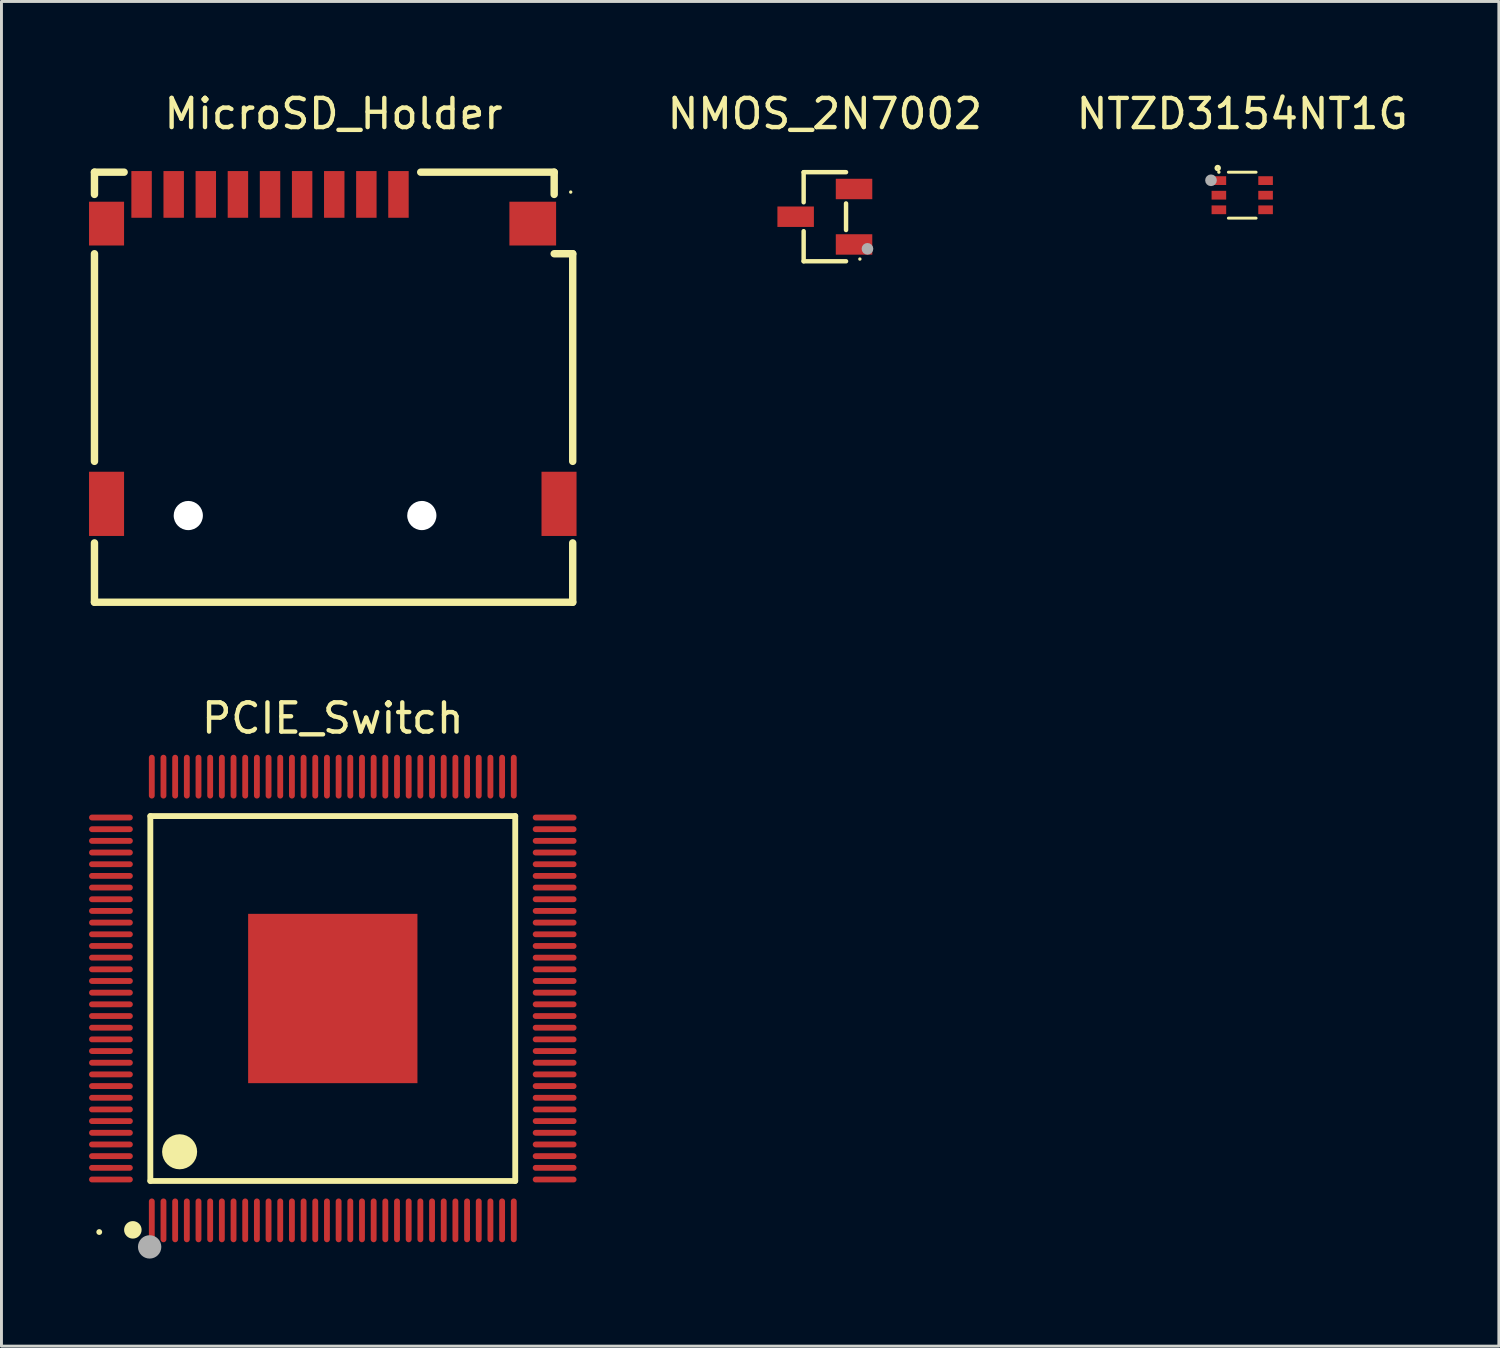
<source format=kicad_pcb>
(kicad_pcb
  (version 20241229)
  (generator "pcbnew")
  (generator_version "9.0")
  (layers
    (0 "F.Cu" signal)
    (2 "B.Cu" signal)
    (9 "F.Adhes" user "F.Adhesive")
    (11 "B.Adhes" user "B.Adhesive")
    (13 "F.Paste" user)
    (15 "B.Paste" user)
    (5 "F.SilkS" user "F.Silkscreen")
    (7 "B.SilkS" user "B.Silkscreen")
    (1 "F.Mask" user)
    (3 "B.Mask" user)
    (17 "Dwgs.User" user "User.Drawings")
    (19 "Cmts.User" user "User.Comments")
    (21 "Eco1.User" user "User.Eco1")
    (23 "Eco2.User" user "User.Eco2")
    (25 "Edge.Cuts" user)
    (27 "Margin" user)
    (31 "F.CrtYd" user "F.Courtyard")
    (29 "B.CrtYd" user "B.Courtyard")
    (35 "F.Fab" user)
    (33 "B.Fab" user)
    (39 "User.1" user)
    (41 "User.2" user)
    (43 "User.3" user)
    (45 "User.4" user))
  (footprint "MicroSD_Holder"
    (layer "F.Cu")
    (at 8.35 8.91)
    (property "Reference" "MicroSD_Holder" (at 0.027 -8.062 0) (layer "F.SilkS") (effects (font (size 1 1) (thickness 0.15))))
    (attr through_hole)
    (fp_line (start -8.164 -6.062) (end -7.148 -6.062) (stroke (width 0.254) (type solid)) (layer "F.SilkS"))
    (fp_line (start -8.164 -5.3) (end -8.164 -6.062) (stroke (width 0.254) (type solid)) (layer "F.SilkS"))
    (fp_line (start -8.164 -3.268) (end -8.164 3.844) (stroke (width 0.254) (type solid)) (layer "F.SilkS"))
    (fp_line (start -8.164 6.638) (end -8.164 8.67) (stroke (width 0.254) (type solid)) (layer "F.SilkS"))
    (fp_line (start -8.164 8.67) (end 8.219 8.67) (stroke (width 0.254) (type solid)) (layer "F.SilkS"))
    (fp_line (start 3.012 -6.062) (end 7.584 -6.062) (stroke (width 0.254) (type solid)) (layer "F.SilkS"))
    (fp_line (start 7.584 -6.062) (end 7.584 -5.3) (stroke (width 0.254) (type solid)) (layer "F.SilkS"))
    (fp_line (start 8.219 -3.268) (end 7.584 -3.268) (stroke (width 0.254) (type solid)) (layer "F.SilkS"))
    (fp_line (start 8.219 3.844) (end 8.219 -3.268) (stroke (width 0.254) (type solid)) (layer "F.SilkS"))
    (fp_line (start 8.219 8.67) (end 8.219 6.638) (stroke (width 0.254) (type solid)) (layer "F.SilkS"))
    (fp_circle (center 8.15 -5.38) (end 8.18 -5.38) (stroke (width 0.06) (type solid)) (fill no) (layer "F.SilkS"))
    (pad "" np_thru_hole circle (at -4.95 5.7) (size 1 1) (drill 1) (layers "*.Cu" "*.Mask"))
    (pad "" np_thru_hole circle (at 3.05 5.7) (size 1 1) (drill 1) (layers "*.Cu" "*.Mask"))
    (pad "1" smd rect (at 2.25 -5.3) (size 0.7 1.6) (layers "F.Cu" "F.Mask" "F.Paste"))
    (pad "2" smd rect (at 1.15 -5.3) (size 0.7 1.6) (layers "F.Cu" "F.Mask" "F.Paste"))
    (pad "3" smd rect (at 0.05 -5.3) (size 0.7 1.6) (layers "F.Cu" "F.Mask" "F.Paste"))
    (pad "4" smd rect (at -1.05 -5.3) (size 0.7 1.6) (layers "F.Cu" "F.Mask" "F.Paste"))
    (pad "5" smd rect (at -2.15 -5.3) (size 0.7 1.6) (layers "F.Cu" "F.Mask" "F.Paste"))
    (pad "6" smd rect (at -3.25 -5.3) (size 0.7 1.6) (layers "F.Cu" "F.Mask" "F.Paste"))
    (pad "7" smd rect (at -4.35 -5.3) (size 0.7 1.6) (layers "F.Cu" "F.Mask" "F.Paste"))
    (pad "8" smd rect (at -5.45 -5.3) (size 0.7 1.6) (layers "F.Cu" "F.Mask" "F.Paste"))
    (pad "9" smd rect (at -6.55 -5.3) (size 0.7 1.6) (layers "F.Cu" "F.Mask" "F.Paste"))
    (pad "10" smd rect (at -7.75 -4.3) (size 1.2 1.5) (layers "F.Cu" "F.Mask" "F.Paste"))
    (pad "11" smd rect (at -7.75 5.3) (size 1.2 2.2) (layers "F.Cu" "F.Mask" "F.Paste"))
    (pad "12" smd rect (at 6.85 -4.3) (size 1.6 1.5) (layers "F.Cu" "F.Mask" "F.Paste"))
    (pad "13" smd rect (at 7.75 5.3) (size 1.2 2.2) (layers "F.Cu" "F.Mask" "F.Paste")))
  (footprint "PCIE_Switch"
    (layer "F.Cu")
    (at 8.35 31.155)
    (property "Reference" "PCIE_Switch" (at 0 -9.6 0) (layer "F.SilkS") (effects (font (size 1 1) (thickness 0.15))))
    (attr through_hole)
    (fp_line (start -6.25 -6.25) (end 6.25 -6.25) (stroke (width 0.2) (type solid)) (layer "F.SilkS"))
    (fp_line (start -6.25 6.25) (end -6.25 -6.25) (stroke (width 0.2) (type solid)) (layer "F.SilkS"))
    (fp_line (start 6.25 -6.25) (end 6.25 6.25) (stroke (width 0.2) (type solid)) (layer "F.SilkS"))
    (fp_line (start 6.25 6.25) (end -6.25 6.25) (stroke (width 0.2) (type solid)) (layer "F.SilkS"))
    (fp_arc (start -6.847854 7.774956) (mid -6.84934 8.074975) (end -6.849975 7.774953) (stroke (width 0.3) (type solid)) (layer "F.SilkS"))
    (fp_arc (start -5.24511 4.95047) (mid -5.248081 5.550459) (end -5.249353 4.950464) (stroke (width 0.6) (type solid)) (layer "F.SilkS"))
    (fp_circle (center -8 8) (end -7.95 8) (stroke (width 0.1) (type solid)) (fill no) (layer "F.SilkS"))
    (fp_circle (center -6.274 8.509) (end -6.074 8.509) (stroke (width 0.4) (type solid)) (fill no) (layer "F.Fab"))
    (pad "1" smd oval (at -6.2 7.6) (size 0.2 1.5) (layers "F.Cu" "F.Mask" "F.Paste"))
    (pad "2" smd oval (at -5.8 7.6) (size 0.2 1.5) (layers "F.Cu" "F.Mask" "F.Paste"))
    (pad "3" smd oval (at -5.4 7.6) (size 0.2 1.5) (layers "F.Cu" "F.Mask" "F.Paste"))
    (pad "4" smd oval (at -5 7.6) (size 0.2 1.5) (layers "F.Cu" "F.Mask" "F.Paste"))
    (pad "5" smd oval (at -4.6 7.6) (size 0.2 1.5) (layers "F.Cu" "F.Mask" "F.Paste"))
    (pad "6" smd oval (at -4.2 7.6) (size 0.2 1.5) (layers "F.Cu" "F.Mask" "F.Paste"))
    (pad "7" smd oval (at -3.8 7.6) (size 0.2 1.5) (layers "F.Cu" "F.Mask" "F.Paste"))
    (pad "8" smd oval (at -3.4 7.6) (size 0.2 1.5) (layers "F.Cu" "F.Mask" "F.Paste"))
    (pad "9" smd oval (at -3 7.6) (size 0.2 1.5) (layers "F.Cu" "F.Mask" "F.Paste"))
    (pad "10" smd oval (at -2.6 7.6) (size 0.2 1.5) (layers "F.Cu" "F.Mask" "F.Paste"))
    (pad "11" smd oval (at -2.2 7.6) (size 0.2 1.5) (layers "F.Cu" "F.Mask" "F.Paste"))
    (pad "12" smd oval (at -1.8 7.6) (size 0.2 1.5) (layers "F.Cu" "F.Mask" "F.Paste"))
    (pad "13" smd oval (at -1.4 7.6) (size 0.2 1.5) (layers "F.Cu" "F.Mask" "F.Paste"))
    (pad "14" smd oval (at -1 7.6) (size 0.2 1.5) (layers "F.Cu" "F.Mask" "F.Paste"))
    (pad "15" smd oval (at -0.6 7.6) (size 0.2 1.5) (layers "F.Cu" "F.Mask" "F.Paste"))
    (pad "16" smd oval (at -0.2 7.6) (size 0.2 1.5) (layers "F.Cu" "F.Mask" "F.Paste"))
    (pad "17" smd oval (at 0.2 7.6) (size 0.2 1.5) (layers "F.Cu" "F.Mask" "F.Paste"))
    (pad "18" smd oval (at 0.6 7.6) (size 0.2 1.5) (layers "F.Cu" "F.Mask" "F.Paste"))
    (pad "19" smd oval (at 1 7.6) (size 0.2 1.5) (layers "F.Cu" "F.Mask" "F.Paste"))
    (pad "20" smd oval (at 1.4 7.6) (size 0.2 1.5) (layers "F.Cu" "F.Mask" "F.Paste"))
    (pad "21" smd oval (at 1.8 7.6) (size 0.2 1.5) (layers "F.Cu" "F.Mask" "F.Paste"))
    (pad "22" smd oval (at 2.2 7.6) (size 0.2 1.5) (layers "F.Cu" "F.Mask" "F.Paste"))
    (pad "23" smd oval (at 2.6 7.6) (size 0.2 1.5) (layers "F.Cu" "F.Mask" "F.Paste"))
    (pad "24" smd oval (at 3 7.6) (size 0.2 1.5) (layers "F.Cu" "F.Mask" "F.Paste"))
    (pad "25" smd oval (at 3.4 7.6) (size 0.2 1.5) (layers "F.Cu" "F.Mask" "F.Paste"))
    (pad "26" smd oval (at 3.8 7.6) (size 0.2 1.5) (layers "F.Cu" "F.Mask" "F.Paste"))
    (pad "27" smd oval (at 4.2 7.6) (size 0.2 1.5) (layers "F.Cu" "F.Mask" "F.Paste"))
    (pad "28" smd oval (at 4.6 7.6) (size 0.2 1.5) (layers "F.Cu" "F.Mask" "F.Paste"))
    (pad "29" smd oval (at 5 7.6) (size 0.2 1.5) (layers "F.Cu" "F.Mask" "F.Paste"))
    (pad "30" smd oval (at 5.4 7.6) (size 0.2 1.5) (layers "F.Cu" "F.Mask" "F.Paste"))
    (pad "31" smd oval (at 5.8 7.6) (size 0.2 1.5) (layers "F.Cu" "F.Mask" "F.Paste"))
    (pad "32" smd oval (at 6.2 7.6) (size 0.2 1.5) (layers "F.Cu" "F.Mask" "F.Paste"))
    (pad "33" smd oval (at 7.6 6.2 90) (size 0.2 1.5) (layers "F.Cu" "F.Mask" "F.Paste"))
    (pad "34" smd oval (at 7.6 5.8 90) (size 0.2 1.5) (layers "F.Cu" "F.Mask" "F.Paste"))
    (pad "35" smd oval (at 7.6 5.4 90) (size 0.2 1.5) (layers "F.Cu" "F.Mask" "F.Paste"))
    (pad "36" smd oval (at 7.6 5 90) (size 0.2 1.5) (layers "F.Cu" "F.Mask" "F.Paste"))
    (pad "37" smd oval (at 7.6 4.6 90) (size 0.2 1.5) (layers "F.Cu" "F.Mask" "F.Paste"))
    (pad "38" smd oval (at 7.6 4.2 90) (size 0.2 1.5) (layers "F.Cu" "F.Mask" "F.Paste"))
    (pad "39" smd oval (at 7.6 3.8 90) (size 0.2 1.5) (layers "F.Cu" "F.Mask" "F.Paste"))
    (pad "40" smd oval (at 7.6 3.4 90) (size 0.2 1.5) (layers "F.Cu" "F.Mask" "F.Paste"))
    (pad "41" smd oval (at 7.6 3 90) (size 0.2 1.5) (layers "F.Cu" "F.Mask" "F.Paste"))
    (pad "42" smd oval (at 7.6 2.6 90) (size 0.2 1.5) (layers "F.Cu" "F.Mask" "F.Paste"))
    (pad "43" smd oval (at 7.6 2.2 90) (size 0.2 1.5) (layers "F.Cu" "F.Mask" "F.Paste"))
    (pad "44" smd oval (at 7.6 1.8 90) (size 0.2 1.5) (layers "F.Cu" "F.Mask" "F.Paste"))
    (pad "45" smd oval (at 7.6 1.4 90) (size 0.2 1.5) (layers "F.Cu" "F.Mask" "F.Paste"))
    (pad "46" smd oval (at 7.6 1 90) (size 0.2 1.5) (layers "F.Cu" "F.Mask" "F.Paste"))
    (pad "47" smd oval (at 7.6 0.6 90) (size 0.2 1.5) (layers "F.Cu" "F.Mask" "F.Paste"))
    (pad "48" smd oval (at 7.6 0.2 90) (size 0.2 1.5) (layers "F.Cu" "F.Mask" "F.Paste"))
    (pad "49" smd oval (at 7.6 -0.2 90) (size 0.2 1.5) (layers "F.Cu" "F.Mask" "F.Paste"))
    (pad "50" smd oval (at 7.6 -0.6 90) (size 0.2 1.5) (layers "F.Cu" "F.Mask" "F.Paste"))
    (pad "51" smd oval (at 7.6 -1 90) (size 0.2 1.5) (layers "F.Cu" "F.Mask" "F.Paste"))
    (pad "52" smd oval (at 7.6 -1.4 90) (size 0.2 1.5) (layers "F.Cu" "F.Mask" "F.Paste"))
    (pad "53" smd oval (at 7.6 -1.8 90) (size 0.2 1.5) (layers "F.Cu" "F.Mask" "F.Paste"))
    (pad "54" smd oval (at 7.6 -2.2 90) (size 0.2 1.5) (layers "F.Cu" "F.Mask" "F.Paste"))
    (pad "55" smd oval (at 7.6 -2.6 90) (size 0.2 1.5) (layers "F.Cu" "F.Mask" "F.Paste"))
    (pad "56" smd oval (at 7.6 -3 90) (size 0.2 1.5) (layers "F.Cu" "F.Mask" "F.Paste"))
    (pad "57" smd oval (at 7.6 -3.4 90) (size 0.2 1.5) (layers "F.Cu" "F.Mask" "F.Paste"))
    (pad "58" smd oval (at 7.6 -3.8 90) (size 0.2 1.5) (layers "F.Cu" "F.Mask" "F.Paste"))
    (pad "59" smd oval (at 7.6 -4.2 90) (size 0.2 1.5) (layers "F.Cu" "F.Mask" "F.Paste"))
    (pad "60" smd oval (at 7.6 -4.6 90) (size 0.2 1.5) (layers "F.Cu" "F.Mask" "F.Paste"))
    (pad "61" smd oval (at 7.6 -5 90) (size 0.2 1.5) (layers "F.Cu" "F.Mask" "F.Paste"))
    (pad "62" smd oval (at 7.6 -5.4 90) (size 0.2 1.5) (layers "F.Cu" "F.Mask" "F.Paste"))
    (pad "63" smd oval (at 7.6 -5.8 90) (size 0.2 1.5) (layers "F.Cu" "F.Mask" "F.Paste"))
    (pad "64" smd oval (at 7.6 -6.2 90) (size 0.2 1.5) (layers "F.Cu" "F.Mask" "F.Paste"))
    (pad "65" smd oval (at 6.2 -7.6 180) (size 0.2 1.5) (layers "F.Cu" "F.Mask" "F.Paste"))
    (pad "66" smd oval (at 5.8 -7.6 180) (size 0.2 1.5) (layers "F.Cu" "F.Mask" "F.Paste"))
    (pad "67" smd oval (at 5.4 -7.6 180) (size 0.2 1.5) (layers "F.Cu" "F.Mask" "F.Paste"))
    (pad "68" smd oval (at 5 -7.6 180) (size 0.2 1.5) (layers "F.Cu" "F.Mask" "F.Paste"))
    (pad "69" smd oval (at 4.6 -7.6 180) (size 0.2 1.5) (layers "F.Cu" "F.Mask" "F.Paste"))
    (pad "70" smd oval (at 4.2 -7.6 180) (size 0.2 1.5) (layers "F.Cu" "F.Mask" "F.Paste"))
    (pad "71" smd oval (at 3.8 -7.6 180) (size 0.2 1.5) (layers "F.Cu" "F.Mask" "F.Paste"))
    (pad "72" smd oval (at 3.4 -7.6 180) (size 0.2 1.5) (layers "F.Cu" "F.Mask" "F.Paste"))
    (pad "73" smd oval (at 3 -7.6 180) (size 0.2 1.5) (layers "F.Cu" "F.Mask" "F.Paste"))
    (pad "74" smd oval (at 2.6 -7.6 180) (size 0.2 1.5) (layers "F.Cu" "F.Mask" "F.Paste"))
    (pad "75" smd oval (at 2.2 -7.6 180) (size 0.2 1.5) (layers "F.Cu" "F.Mask" "F.Paste"))
    (pad "76" smd oval (at 1.8 -7.6 180) (size 0.2 1.5) (layers "F.Cu" "F.Mask" "F.Paste"))
    (pad "77" smd oval (at 1.4 -7.6 180) (size 0.2 1.5) (layers "F.Cu" "F.Mask" "F.Paste"))
    (pad "78" smd oval (at 1 -7.6 180) (size 0.2 1.5) (layers "F.Cu" "F.Mask" "F.Paste"))
    (pad "79" smd oval (at 0.6 -7.6 180) (size 0.2 1.5) (layers "F.Cu" "F.Mask" "F.Paste"))
    (pad "80" smd oval (at 0.2 -7.6 180) (size 0.2 1.5) (layers "F.Cu" "F.Mask" "F.Paste"))
    (pad "81" smd oval (at -0.2 -7.6 180) (size 0.2 1.5) (layers "F.Cu" "F.Mask" "F.Paste"))
    (pad "82" smd oval (at -0.6 -7.6 180) (size 0.2 1.5) (layers "F.Cu" "F.Mask" "F.Paste"))
    (pad "83" smd oval (at -1 -7.6 180) (size 0.2 1.5) (layers "F.Cu" "F.Mask" "F.Paste"))
    (pad "84" smd oval (at -1.4 -7.6 180) (size 0.2 1.5) (layers "F.Cu" "F.Mask" "F.Paste"))
    (pad "85" smd oval (at -1.8 -7.6 180) (size 0.2 1.5) (layers "F.Cu" "F.Mask" "F.Paste"))
    (pad "86" smd oval (at -2.2 -7.6 180) (size 0.2 1.5) (layers "F.Cu" "F.Mask" "F.Paste"))
    (pad "87" smd oval (at -2.6 -7.6 180) (size 0.2 1.5) (layers "F.Cu" "F.Mask" "F.Paste"))
    (pad "88" smd oval (at -3 -7.6 180) (size 0.2 1.5) (layers "F.Cu" "F.Mask" "F.Paste"))
    (pad "89" smd oval (at -3.4 -7.6 180) (size 0.2 1.5) (layers "F.Cu" "F.Mask" "F.Paste"))
    (pad "90" smd oval (at -3.8 -7.6 180) (size 0.2 1.5) (layers "F.Cu" "F.Mask" "F.Paste"))
    (pad "91" smd oval (at -4.2 -7.6 180) (size 0.2 1.5) (layers "F.Cu" "F.Mask" "F.Paste"))
    (pad "92" smd oval (at -4.6 -7.6 180) (size 0.2 1.5) (layers "F.Cu" "F.Mask" "F.Paste"))
    (pad "93" smd oval (at -5 -7.6 180) (size 0.2 1.5) (layers "F.Cu" "F.Mask" "F.Paste"))
    (pad "94" smd oval (at -5.4 -7.6 180) (size 0.2 1.5) (layers "F.Cu" "F.Mask" "F.Paste"))
    (pad "95" smd oval (at -5.8 -7.6 180) (size 0.2 1.5) (layers "F.Cu" "F.Mask" "F.Paste"))
    (pad "96" smd oval (at -6.2 -7.6 180) (size 0.2 1.5) (layers "F.Cu" "F.Mask" "F.Paste"))
    (pad "97" smd oval (at -7.6 -6.2 270) (size 0.2 1.5) (layers "F.Cu" "F.Mask" "F.Paste"))
    (pad "98" smd oval (at -7.6 -5.8 270) (size 0.2 1.5) (layers "F.Cu" "F.Mask" "F.Paste"))
    (pad "99" smd oval (at -7.6 -5.4 270) (size 0.2 1.5) (layers "F.Cu" "F.Mask" "F.Paste"))
    (pad "100" smd oval (at -7.6 -5 270) (size 0.2 1.5) (layers "F.Cu" "F.Mask" "F.Paste"))
    (pad "101" smd oval (at -7.6 -4.6 270) (size 0.2 1.5) (layers "F.Cu" "F.Mask" "F.Paste"))
    (pad "102" smd oval (at -7.6 -4.2 270) (size 0.2 1.5) (layers "F.Cu" "F.Mask" "F.Paste"))
    (pad "103" smd oval (at -7.6 -3.8 270) (size 0.2 1.5) (layers "F.Cu" "F.Mask" "F.Paste"))
    (pad "104" smd oval (at -7.6 -3.4 270) (size 0.2 1.5) (layers "F.Cu" "F.Mask" "F.Paste"))
    (pad "105" smd oval (at -7.6 -3 270) (size 0.2 1.5) (layers "F.Cu" "F.Mask" "F.Paste"))
    (pad "106" smd oval (at -7.6 -2.6 270) (size 0.2 1.5) (layers "F.Cu" "F.Mask" "F.Paste"))
    (pad "107" smd oval (at -7.6 -2.2 270) (size 0.2 1.5) (layers "F.Cu" "F.Mask" "F.Paste"))
    (pad "108" smd oval (at -7.6 -1.8 270) (size 0.2 1.5) (layers "F.Cu" "F.Mask" "F.Paste"))
    (pad "109" smd oval (at -7.6 -1.4 270) (size 0.2 1.5) (layers "F.Cu" "F.Mask" "F.Paste"))
    (pad "110" smd oval (at -7.6 -1 270) (size 0.2 1.5) (layers "F.Cu" "F.Mask" "F.Paste"))
    (pad "111" smd oval (at -7.6 -0.6 270) (size 0.2 1.5) (layers "F.Cu" "F.Mask" "F.Paste"))
    (pad "112" smd oval (at -7.6 -0.2 270) (size 0.2 1.5) (layers "F.Cu" "F.Mask" "F.Paste"))
    (pad "113" smd oval (at -7.6 0.2 270) (size 0.2 1.5) (layers "F.Cu" "F.Mask" "F.Paste"))
    (pad "114" smd oval (at -7.6 0.6 270) (size 0.2 1.5) (layers "F.Cu" "F.Mask" "F.Paste"))
    (pad "115" smd oval (at -7.6 1 270) (size 0.2 1.5) (layers "F.Cu" "F.Mask" "F.Paste"))
    (pad "116" smd oval (at -7.6 1.4 270) (size 0.2 1.5) (layers "F.Cu" "F.Mask" "F.Paste"))
    (pad "117" smd oval (at -7.6 1.8 270) (size 0.2 1.5) (layers "F.Cu" "F.Mask" "F.Paste"))
    (pad "118" smd oval (at -7.6 2.2 270) (size 0.2 1.5) (layers "F.Cu" "F.Mask" "F.Paste"))
    (pad "119" smd oval (at -7.6 2.6 270) (size 0.2 1.5) (layers "F.Cu" "F.Mask" "F.Paste"))
    (pad "120" smd oval (at -7.6 3 270) (size 0.2 1.5) (layers "F.Cu" "F.Mask" "F.Paste"))
    (pad "121" smd oval (at -7.6 3.4 270) (size 0.2 1.5) (layers "F.Cu" "F.Mask" "F.Paste"))
    (pad "122" smd oval (at -7.6 3.8 270) (size 0.2 1.5) (layers "F.Cu" "F.Mask" "F.Paste"))
    (pad "123" smd oval (at -7.6 4.2 270) (size 0.2 1.5) (layers "F.Cu" "F.Mask" "F.Paste"))
    (pad "124" smd oval (at -7.6 4.6 270) (size 0.2 1.5) (layers "F.Cu" "F.Mask" "F.Paste"))
    (pad "125" smd oval (at -7.6 5 270) (size 0.2 1.5) (layers "F.Cu" "F.Mask" "F.Paste"))
    (pad "126" smd oval (at -7.6 5.4 270) (size 0.2 1.5) (layers "F.Cu" "F.Mask" "F.Paste"))
    (pad "127" smd oval (at -7.6 5.8 270) (size 0.2 1.5) (layers "F.Cu" "F.Mask" "F.Paste"))
    (pad "128" smd oval (at -7.6 6.2 270) (size 0.2 1.5) (layers "F.Cu" "F.Mask" "F.Paste"))
    (pad "129" smd rect (at 0 0 180) (size 5.8 5.8) (layers "F.Cu" "F.Mask" "F.Paste")))
  (footprint "NTZD3154NT1G"
    (layer "F.Cu")
    (at 39.504 3.637)
    (property "Reference" "NTZD3154NT1G" (at 0 -2.788 180) (layer "F.SilkS") (effects (font (size 1 1) (thickness 0.15))))
    (attr through_hole)
    (fp_line (start 0.475 -0.788) (end -0.475 -0.788) (stroke (width 0.1) (type solid)) (layer "F.SilkS"))
    (fp_line (start 0.475 0.786) (end -0.475 0.786) (stroke (width 0.1) (type solid)) (layer "F.SilkS"))
    (fp_circle (center -0.84 -0.931) (end -0.78 -0.931) (stroke (width 0.102) (type solid)) (fill no) (layer "F.SilkS"))
    (fp_circle (center -0.8 -0.791) (end -0.77 -0.791) (stroke (width 0.06) (type solid)) (fill no) (layer "F.SilkS"))
    (fp_circle (center -1.07 -0.511) (end -0.97 -0.511) (stroke (width 0.2) (type solid)) (fill no) (layer "F.Fab"))
    (pad "1" smd rect (at -0.8 -0.5 270) (size 0.3 0.5) (layers "F.Cu" "F.Mask" "F.Paste"))
    (pad "2" smd rect (at -0.8 0 270) (size 0.3 0.5) (layers "F.Cu" "F.Mask" "F.Paste"))
    (pad "3" smd rect (at -0.8 0.5 270) (size 0.3 0.5) (layers "F.Cu" "F.Mask" "F.Paste"))
    (pad "4" smd rect (at 0.8 0.5 270) (size 0.3 0.5) (layers "F.Cu" "F.Mask" "F.Paste"))
    (pad "5" smd rect (at 0.8 0 270) (size 0.3 0.5) (layers "F.Cu" "F.Mask" "F.Paste"))
    (pad "6" smd rect (at 0.8 -0.5 270) (size 0.3 0.5) (layers "F.Cu" "F.Mask" "F.Paste")))
  (footprint "NMOS_2N7002"
    (layer "F.Cu")
    (at 25.206 4.374)
    (property "Reference" "NMOS_2N7002" (at 0 -3.526 0) (layer "F.SilkS") (effects (font (size 1 1) (thickness 0.15))))
    (attr through_hole)
    (fp_line (start -0.726 -1.526) (end -0.726 -0.495) (stroke (width 0.152) (type solid)) (layer "F.SilkS"))
    (fp_line (start -0.726 1.526) (end -0.726 0.495) (stroke (width 0.152) (type solid)) (layer "F.SilkS"))
    (fp_line (start 0.726 -1.526) (end -0.726 -1.526) (stroke (width 0.152) (type solid)) (layer "F.SilkS"))
    (fp_line (start 0.726 -0.455) (end 0.726 0.455) (stroke (width 0.152) (type solid)) (layer "F.SilkS"))
    (fp_line (start 0.726 1.526) (end -0.726 1.526) (stroke (width 0.152) (type solid)) (layer "F.SilkS"))
    (fp_circle (center 1.2 1.45) (end 1.23 1.45) (stroke (width 0.06) (type solid)) (fill no) (layer "F.SilkS"))
    (fp_circle (center 1.46 1.1) (end 1.56 1.1) (stroke (width 0.2) (type solid)) (fill no) (layer "F.Fab"))
    (pad "1" smd rect (at 1 0.95) (size 1.25 0.7) (layers "F.Cu" "F.Mask" "F.Paste"))
    (pad "2" smd rect (at 1 -0.95) (size 1.25 0.7) (layers "F.Cu" "F.Mask" "F.Paste"))
    (pad "3" smd rect (at -1 0) (size 1.25 0.7) (layers "F.Cu" "F.Mask" "F.Paste")))
  (gr_rect
    (start -3 -3)
    (end 48.295 43.064)
    (stroke (width 0.1) (type default))
    (fill no)
    (layer "Edge.Cuts")))
</source>
